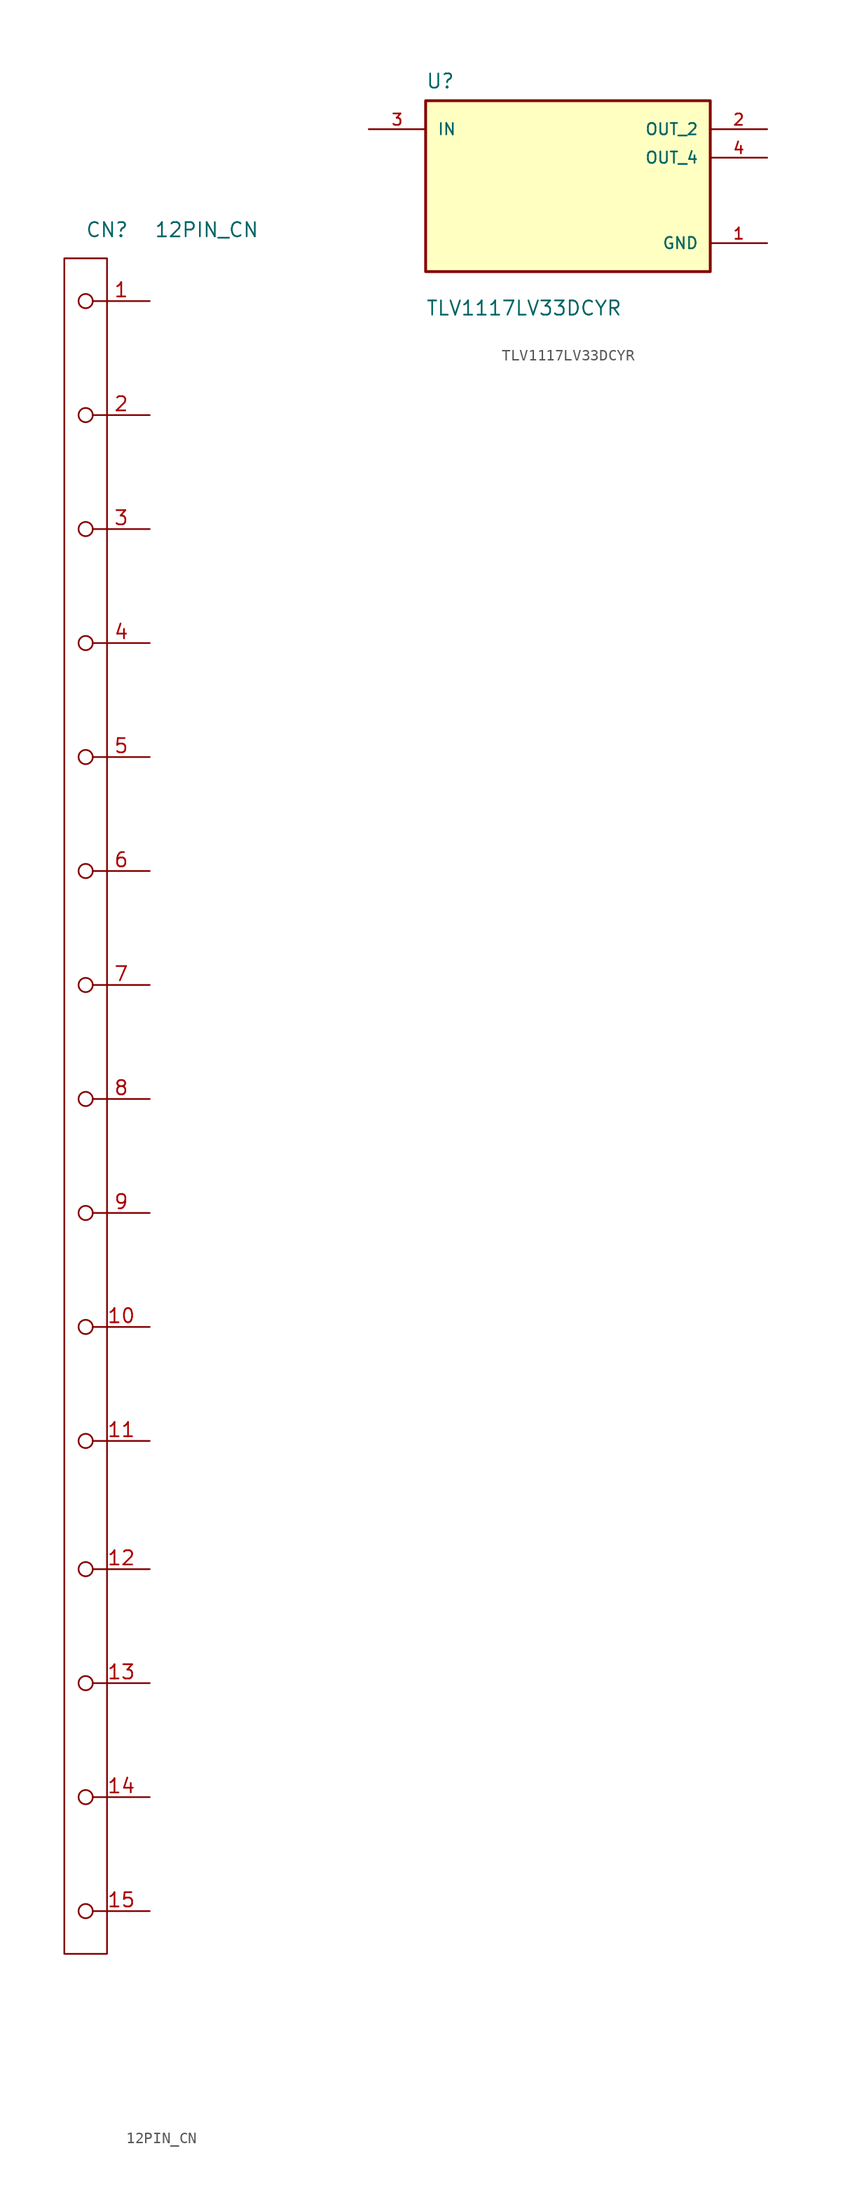
<source format=kicad_sym>
(kicad_symbol_lib
  (version 20241209)
  (generator "kicad_symbol_editor")
  (generator_version "9.0")
  (symbol "12PIN_CN"
    (property "Reference" "CN"
      (at 3.81 2.54 0)
      (effects (font (size 1.27 1.27))))
    (property "Value" "12PIN_CN"
      (at 12.7 2.54 0)
      (effects (font (size 1.27 1.27))))
    (symbol "12PIN_CN_0_0"
      (pin passive line (at 7.62 -3.81 180) (length 5.08) (name "" (effects (font (size 1.27 1.27)))) (number "1" (effects (font (size 1.27 1.27)))))
      (pin passive line (at 7.62 -13.97 180) (length 5.08) (name "" (effects (font (size 1.27 1.27)))) (number "2" (effects (font (size 1.27 1.27)))))
      (pin passive line (at 7.62 -24.13 180) (length 5.08) (name "" (effects (font (size 1.27 1.27)))) (number "3" (effects (font (size 1.27 1.27)))))
      (pin passive line (at 7.62 -34.29 180) (length 5.08) (name "" (effects (font (size 1.27 1.27)))) (number "4" (effects (font (size 1.27 1.27)))))
      (pin passive line (at 7.62 -44.45 180) (length 5.08) (name "" (effects (font (size 1.27 1.27)))) (number "5" (effects (font (size 1.27 1.27)))))
      (pin passive line (at 7.62 -54.61 180) (length 5.08) (name "" (effects (font (size 1.27 1.27)))) (number "6" (effects (font (size 1.27 1.27)))))
      (pin passive line (at 7.62 -64.77 180) (length 5.08) (name "" (effects (font (size 1.27 1.27)))) (number "7" (effects (font (size 1.27 1.27)))))
      (pin passive line (at 7.62 -74.93 180) (length 5.08) (name "" (effects (font (size 1.27 1.27)))) (number "8" (effects (font (size 1.27 1.27)))))
      (pin passive line (at 7.62 -85.09 180) (length 5.08) (name "" (effects (font (size 1.27 1.27)))) (number "9" (effects (font (size 1.27 1.27)))))
      (pin passive line (at 7.62 -95.25 180) (length 5.08) (name "" (effects (font (size 1.27 1.27)))) (number "10" (effects (font (size 1.27 1.27)))))
      (pin passive line (at 7.62 -105.41 180) (length 5.08) (name "" (effects (font (size 1.27 1.27)))) (number "11" (effects (font (size 1.27 1.27)))))
      (pin passive line (at 7.62 -116.84 180) (length 5.08) (name "" (effects (font (size 1.27 1.27)))) (number "12" (effects (font (size 1.27 1.27)))))
      (pin passive line (at 7.62 -127 180) (length 5.08) (name "" (effects (font (size 1.27 1.27)))) (number "13" (effects (font (size 1.27 1.27)))))
      (pin passive line (at 7.62 -137.16 180) (length 5.08) (name "" (effects (font (size 1.27 1.27)))) (number "14" (effects (font (size 1.27 1.27)))))
      (pin passive line (at 7.62 -147.32 180) (length 5.08) (name "" (effects (font (size 1.27 1.27)))) (number "15" (effects (font (size 1.27 1.27))))))
    (symbol "12PIN_CN_0_1"
      (rectangle (start 0 0) (end 3.81 -151.13) (stroke (width 0) (type default)) (fill (type none)))
      (circle (center 1.905 -3.81) (radius 0.635) (stroke (width 0) (type default)) (fill (type none)))
      (circle (center 1.905 -13.97) (radius 0.635) (stroke (width 0) (type default)) (fill (type none)))
      (circle (center 1.905 -24.13) (radius 0.635) (stroke (width 0) (type default)) (fill (type none)))
      (circle (center 1.905 -34.29) (radius 0.635) (stroke (width 0) (type default)) (fill (type none)))
      (circle (center 1.905 -44.45) (radius 0.635) (stroke (width 0) (type default)) (fill (type none)))
      (circle (center 1.905 -54.61) (radius 0.635) (stroke (width 0) (type default)) (fill (type none)))
      (circle (center 1.905 -64.77) (radius 0.635) (stroke (width 0) (type default)) (fill (type none)))
      (circle (center 1.905 -74.93) (radius 0.635) (stroke (width 0) (type default)) (fill (type none)))
      (circle (center 1.905 -85.09) (radius 0.635) (stroke (width 0) (type default)) (fill (type none)))
      (circle (center 1.905 -95.25) (radius 0.635) (stroke (width 0) (type default)) (fill (type none)))
      (circle (center 1.905 -105.41) (radius 0.635) (stroke (width 0) (type default)) (fill (type none)))
      (circle (center 1.905 -116.84) (radius 0.635) (stroke (width 0) (type default)) (fill (type none)))
      (circle (center 1.905 -127) (radius 0.635) (stroke (width 0) (type default)) (fill (type none)))
      (circle (center 1.905 -137.16) (radius 0.635) (stroke (width 0) (type default)) (fill (type none)))
      (circle (center 1.905 -147.32) (radius 0.635) (stroke (width 0) (type default)) (fill (type none)))))
  (symbol "TLV1117LV33DCYR"
    (pin_names
      (offset 1.016))
    (property "Reference" "U"
      (at -12.7 8.62 0)
      (effects (font (size 1.27 1.27)) (justify left bottom)))
    (property "Value" "TLV1117LV33DCYR"
      (at -12.7 -11.62 0)
      (effects (font (size 1.27 1.27)) (justify left bottom)))
    (symbol "TLV1117LV33DCYR_0_0"
      (rectangle (start -12.7 7.62) (end 12.7 -7.62) (stroke (width 0.254) (type default)) (fill (type background)))
      (pin input line (at -17.78 5.08 0) (length 5.08) (name "IN" (effects (font (size 1.016 1.016)))) (number "3" (effects (font (size 1.016 1.016)))))
      (pin output line (at 17.78 5.08 180) (length 5.08) (name "OUT_2" (effects (font (size 1.016 1.016)))) (number "2" (effects (font (size 1.016 1.016)))))
      (pin output line (at 17.78 2.54 180) (length 5.08) (name "OUT_4" (effects (font (size 1.016 1.016)))) (number "4" (effects (font (size 1.016 1.016)))))
      (pin power_in line (at 17.78 -5.08 180) (length 5.08) (name "GND" (effects (font (size 1.016 1.016)))) (number "1" (effects (font (size 1.016 1.016))))))))
</source>
